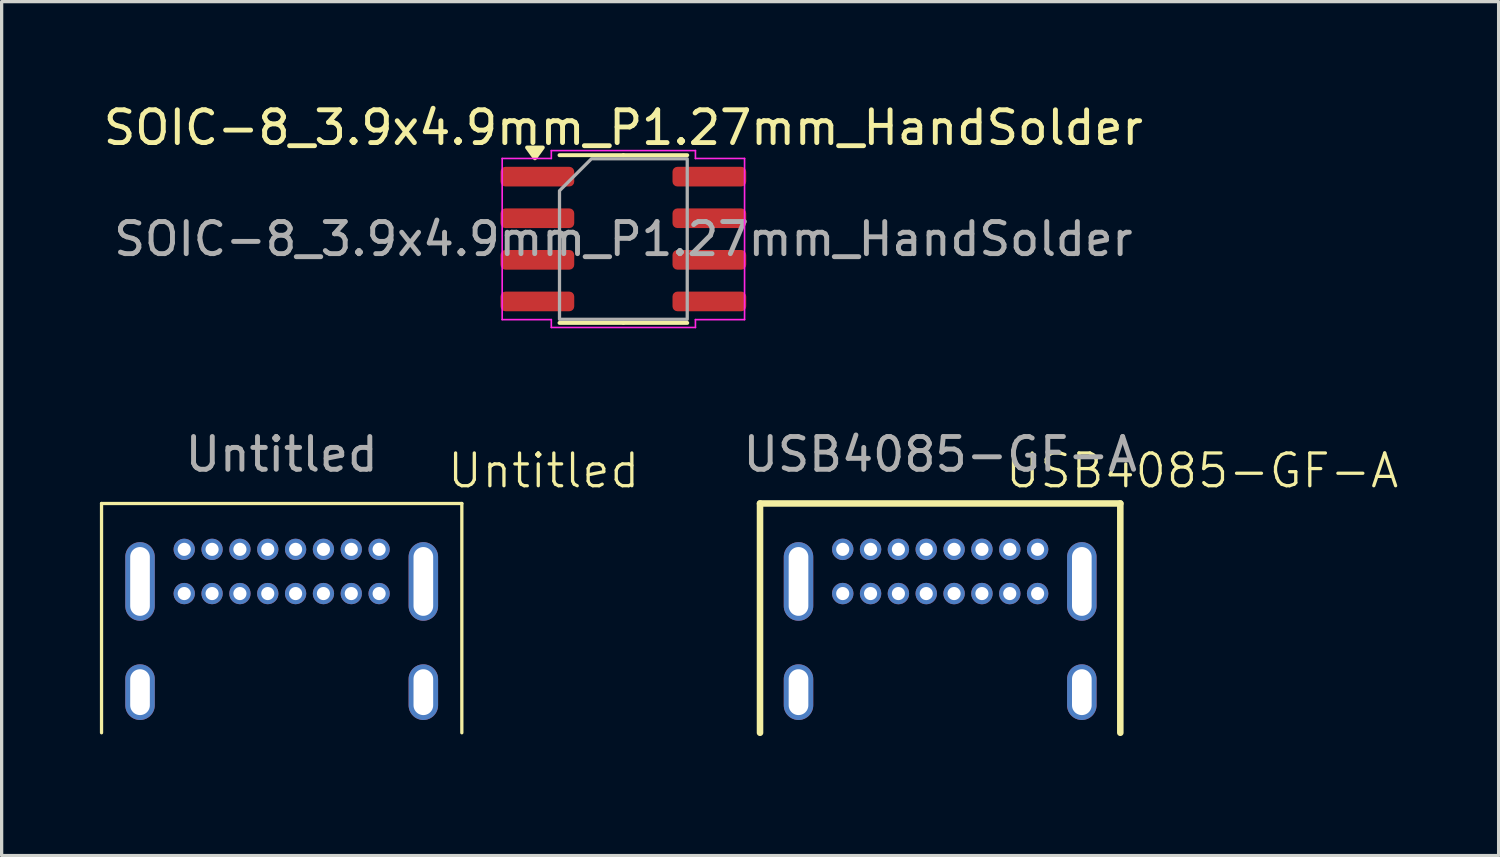
<source format=kicad_pcb>
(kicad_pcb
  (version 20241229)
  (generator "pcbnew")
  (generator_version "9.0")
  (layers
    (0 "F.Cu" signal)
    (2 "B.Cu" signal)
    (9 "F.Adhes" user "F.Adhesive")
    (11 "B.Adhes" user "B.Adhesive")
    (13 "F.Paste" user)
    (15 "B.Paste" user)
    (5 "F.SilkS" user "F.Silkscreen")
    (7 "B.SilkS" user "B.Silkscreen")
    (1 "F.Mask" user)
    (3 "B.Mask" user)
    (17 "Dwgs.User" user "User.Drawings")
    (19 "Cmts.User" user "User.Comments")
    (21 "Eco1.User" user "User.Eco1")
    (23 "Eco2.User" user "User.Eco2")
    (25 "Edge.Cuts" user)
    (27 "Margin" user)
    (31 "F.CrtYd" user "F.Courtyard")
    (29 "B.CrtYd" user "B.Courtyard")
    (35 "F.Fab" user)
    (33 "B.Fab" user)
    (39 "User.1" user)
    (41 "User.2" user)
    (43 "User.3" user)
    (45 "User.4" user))
  (footprint "SOIC-8_3.9x4.9mm_P1.27mm_HandSolder"
    (layer "F.Cu")
    (at 15.982 4.248)
    (property "Reference" "SOIC-8_3.9x4.9mm_P1.27mm_HandSolder" (at 0 -3.4 0) (layer "F.SilkS") (effects (font (size 1 1) (thickness 0.15))))
    (attr smd)
    (fp_line (start 0 -2.56) (end -1.95 -2.56) (stroke (width 0.12) (type solid)) (layer "F.SilkS"))
    (fp_line (start 0 -2.56) (end 1.95 -2.56) (stroke (width 0.12) (type solid)) (layer "F.SilkS"))
    (fp_line (start 0 2.56) (end -1.95 2.56) (stroke (width 0.12) (type solid)) (layer "F.SilkS"))
    (fp_line (start 0 2.56) (end 1.95 2.56) (stroke (width 0.12) (type solid)) (layer "F.SilkS"))
    (fp_poly (pts (xy -2.7 -2.465) (xy -2.94 -2.795) (xy -2.46 -2.795)) (stroke (width 0.12) (type solid)) (fill yes) (layer "F.SilkS"))
    (fp_line (start -3.7 -2.46) (end -2.2 -2.46) (stroke (width 0.05) (type solid)) (layer "F.CrtYd"))
    (fp_line (start -3.7 2.46) (end -3.7 -2.46) (stroke (width 0.05) (type solid)) (layer "F.CrtYd"))
    (fp_line (start -2.2 -2.7) (end 2.2 -2.7) (stroke (width 0.05) (type solid)) (layer "F.CrtYd"))
    (fp_line (start -2.2 -2.46) (end -2.2 -2.7) (stroke (width 0.05) (type solid)) (layer "F.CrtYd"))
    (fp_line (start -2.2 2.46) (end -3.7 2.46) (stroke (width 0.05) (type solid)) (layer "F.CrtYd"))
    (fp_line (start -2.2 2.7) (end -2.2 2.46) (stroke (width 0.05) (type solid)) (layer "F.CrtYd"))
    (fp_line (start 2.2 -2.7) (end 2.2 -2.46) (stroke (width 0.05) (type solid)) (layer "F.CrtYd"))
    (fp_line (start 2.2 -2.46) (end 3.7 -2.46) (stroke (width 0.05) (type solid)) (layer "F.CrtYd"))
    (fp_line (start 2.2 2.46) (end 2.2 2.7) (stroke (width 0.05) (type solid)) (layer "F.CrtYd"))
    (fp_line (start 2.2 2.7) (end -2.2 2.7) (stroke (width 0.05) (type solid)) (layer "F.CrtYd"))
    (fp_line (start 3.7 -2.46) (end 3.7 2.46) (stroke (width 0.05) (type solid)) (layer "F.CrtYd"))
    (fp_line (start 3.7 2.46) (end 2.2 2.46) (stroke (width 0.05) (type solid)) (layer "F.CrtYd"))
    (fp_poly (pts (xy -1.95 -1.475) (xy -1.95 2.45) (xy 1.95 2.45) (xy 1.95 -2.45) (xy -0.975 -2.45)) (stroke (width 0.1) (type solid)) (fill no) (layer "F.Fab"))
    (fp_text user "${REFERENCE}" (at 0 0 0) (layer "F.Fab") (effects (font (size 0.98 0.98) (thickness 0.15))))
    (pad "1" smd roundrect (at -2.625 -1.905) (size 2.25 0.6) (layers "F.Cu" "F.Mask" "F.Paste") (roundrect_rratio 0.25))
    (pad "2" smd roundrect (at -2.625 -0.635) (size 2.25 0.6) (layers "F.Cu" "F.Mask" "F.Paste") (roundrect_rratio 0.25))
    (pad "3" smd roundrect (at -2.625 0.635) (size 2.25 0.6) (layers "F.Cu" "F.Mask" "F.Paste") (roundrect_rratio 0.25))
    (pad "4" smd roundrect (at -2.625 1.905) (size 2.25 0.6) (layers "F.Cu" "F.Mask" "F.Paste") (roundrect_rratio 0.25))
    (pad "5" smd roundrect (at 2.625 1.905) (size 2.25 0.6) (layers "F.Cu" "F.Mask" "F.Paste") (roundrect_rratio 0.25))
    (pad "6" smd roundrect (at 2.625 0.635) (size 2.25 0.6) (layers "F.Cu" "F.Mask" "F.Paste") (roundrect_rratio 0.25))
    (pad "7" smd roundrect (at 2.625 -0.635) (size 2.25 0.6) (layers "F.Cu" "F.Mask" "F.Paste") (roundrect_rratio 0.25))
    (pad "8" smd roundrect (at 2.625 -1.905) (size 2.25 0.6) (layers "F.Cu" "F.Mask" "F.Paste") (roundrect_rratio 0.25)))
  (footprint "USB4085-GF-A"
    (layer "F.Cu")
    (at 25.654 19.822)
    (property "Reference" "USB4085-GF-A" (at 8 -8.5 0) (unlocked yes) (layer "F.SilkS") (effects (font (size 1 1) (thickness 0.1))))
    (attr smd)
    (fp_line (start -5.5 -7.5) (end 5.5 -7.5) (stroke (width 0.2) (type solid)) (layer "F.SilkS"))
    (fp_line (start -5.5 -0.5) (end -5.5 -7.5) (stroke (width 0.2) (type solid)) (layer "F.SilkS"))
    (fp_line (start 5.5 -7.5) (end 5.5 -0.5) (stroke (width 0.2) (type solid)) (layer "F.SilkS"))
    (fp_line (start -0.5 0) (end 0.5 0) (stroke (width 0.5) (type solid)) (layer "User.1"))
    (fp_text user "${REFERENCE}" (at 0 -9 0) (unlocked yes) (layer "F.Fab") (effects (font (size 1 1) (thickness 0.15))))
    (pad "A1" thru_hole circle (at -2.975 -6.1) (size 0.654 0.654) (drill 0.4) (layers "*.Cu" "*.Paste" "*.Mask"))
    (pad "A4" thru_hole circle (at -2.125 -6.1) (size 0.654 0.654) (drill 0.4) (layers "*.Cu" "*.Paste" "*.Mask"))
    (pad "A5" thru_hole circle (at -1.275 -6.1) (size 0.654 0.654) (drill 0.4) (layers "*.Cu" "*.Paste" "*.Mask"))
    (pad "A6" thru_hole circle (at -0.425 -6.1) (size 0.654 0.654) (drill 0.4) (layers "*.Cu" "*.Paste" "*.Mask"))
    (pad "A7" thru_hole circle (at 0.425 -6.1) (size 0.654 0.654) (drill 0.4) (layers "*.Cu" "*.Paste" "*.Mask"))
    (pad "A8" thru_hole circle (at 1.275 -6.1) (size 0.654 0.654) (drill 0.4) (layers "*.Cu" "*.Paste" "*.Mask"))
    (pad "A9" thru_hole circle (at 2.125 -6.1) (size 0.654 0.654) (drill 0.4) (layers "*.Cu" "*.Paste" "*.Mask"))
    (pad "A12" thru_hole circle (at 2.975 -6.1) (size 0.654 0.654) (drill 0.4) (layers "*.Cu" "*.Paste" "*.Mask"))
    (pad "B1" thru_hole circle (at 2.975 -4.75) (size 0.654 0.654) (drill 0.4) (layers "*.Cu" "*.Paste" "*.Mask"))
    (pad "B4" thru_hole circle (at 2.125 -4.75) (size 0.654 0.654) (drill 0.4) (layers "*.Cu" "*.Paste" "*.Mask"))
    (pad "B5" thru_hole circle (at 1.275 -4.75) (size 0.654 0.654) (drill 0.4) (layers "*.Cu" "*.Paste" "*.Mask"))
    (pad "B6" thru_hole circle (at 0.425 -4.75) (size 0.654 0.654) (drill 0.4) (layers "*.Cu" "*.Paste" "*.Mask"))
    (pad "B7" thru_hole circle (at -0.425 -4.75) (size 0.654 0.654) (drill 0.4) (layers "*.Cu" "*.Paste" "*.Mask"))
    (pad "B8" thru_hole circle (at -1.275 -4.75) (size 0.654 0.654) (drill 0.4) (layers "*.Cu" "*.Paste" "*.Mask"))
    (pad "B9" thru_hole circle (at -2.125 -4.75) (size 0.654 0.654) (drill 0.4) (layers "*.Cu" "*.Paste" "*.Mask"))
    (pad "B12" thru_hole circle (at -2.975 -4.75) (size 0.654 0.654) (drill 0.4) (layers "*.Cu" "*.Paste" "*.Mask"))
    (pad "SH1" thru_hole oval (at -4.325 -5.12) (size 0.9 2.4) (drill oval 0.6 2.1) (layers "*.Cu" "*.Paste" "*.Mask"))
    (pad "SH2" thru_hole oval (at 4.325 -5.12) (size 0.9 2.4) (drill oval 0.6 2.1) (layers "*.Cu" "*.Paste" "*.Mask"))
    (pad "SH3" thru_hole oval (at -4.325 -1.74) (size 0.9 1.7) (drill oval 0.6 1.4) (layers "*.Cu" "*.Paste" "*.Mask"))
    (pad "SH4" thru_hole oval (at 4.325 -1.74) (size 0.9 1.7) (drill oval 0.6 1.4) (layers "*.Cu" "*.Paste" "*.Mask")))
  (footprint "Untitled"
    (layer "F.Cu")
    (at 5.55 19.822)
    (property "Reference" "Untitled" (at 8 -8.5 0) (unlocked yes) (layer "F.SilkS") (effects (font (size 1 1) (thickness 0.1))))
    (attr smd)
    (fp_line (start -5.5 -7.5) (end 5.5 -7.5) (stroke (width 0.1) (type default)) (layer "F.SilkS"))
    (fp_line (start -5.5 -0.5) (end -5.5 -7.5) (stroke (width 0.1) (type default)) (layer "F.SilkS"))
    (fp_line (start 5.5 -7.5) (end 5.5 -0.5) (stroke (width 0.1) (type default)) (layer "F.SilkS"))
    (fp_line (start -0.5 0) (end 0.5 0) (stroke (width 0.5) (type solid)) (layer "User.1"))
    (fp_text user "${REFERENCE}" (at 0 -9 0) (unlocked yes) (layer "F.Fab") (effects (font (size 1 1) (thickness 0.15))))
    (pad "A1" thru_hole circle (at -2.975 -6.1) (size 0.65 0.65) (drill 0.4) (layers "*.Cu" "*.Paste" "*.Mask"))
    (pad "A4" thru_hole circle (at -2.125 -6.1) (size 0.65 0.65) (drill 0.4) (layers "*.Cu" "*.Paste" "*.Mask"))
    (pad "A5" thru_hole circle (at -1.275 -6.1) (size 0.65 0.65) (drill 0.4) (layers "*.Cu" "*.Paste" "*.Mask"))
    (pad "A6" thru_hole circle (at -0.425 -6.1) (size 0.65 0.65) (drill 0.4) (layers "*.Cu" "*.Paste" "*.Mask"))
    (pad "A7" thru_hole circle (at 0.425 -6.1) (size 0.65 0.65) (drill 0.4) (layers "*.Cu" "*.Paste" "*.Mask"))
    (pad "A8" thru_hole circle (at 1.275 -6.1) (size 0.65 0.65) (drill 0.4) (layers "*.Cu" "*.Paste" "*.Mask"))
    (pad "A9" thru_hole circle (at 2.125 -6.1) (size 0.65 0.65) (drill 0.4) (layers "*.Cu" "*.Paste" "*.Mask"))
    (pad "A12" thru_hole circle (at 2.975 -6.1) (size 0.65 0.65) (drill 0.4) (layers "*.Cu" "*.Paste" "*.Mask"))
    (pad "B1" thru_hole circle (at 2.975 -4.75) (size 0.65 0.65) (drill 0.4) (layers "*.Cu" "*.Paste" "*.Mask"))
    (pad "B4" thru_hole circle (at 2.125 -4.75) (size 0.65 0.65) (drill 0.4) (layers "*.Cu" "*.Paste" "*.Mask"))
    (pad "B5" thru_hole circle (at 1.275 -4.75) (size 0.65 0.65) (drill 0.4) (layers "*.Cu" "*.Paste" "*.Mask"))
    (pad "B6" thru_hole circle (at 0.425 -4.75) (size 0.65 0.65) (drill 0.4) (layers "*.Cu" "*.Paste" "*.Mask"))
    (pad "B7" thru_hole circle (at -0.425 -4.75) (size 0.65 0.65) (drill 0.4) (layers "*.Cu" "*.Paste" "*.Mask"))
    (pad "B8" thru_hole circle (at -1.275 -4.75) (size 0.65 0.65) (drill 0.4) (layers "*.Cu" "*.Paste" "*.Mask"))
    (pad "B9" thru_hole circle (at -2.125 -4.75) (size 0.65 0.65) (drill 0.4) (layers "*.Cu" "*.Paste" "*.Mask"))
    (pad "B12" thru_hole circle (at -2.975 -4.75) (size 0.65 0.65) (drill 0.4) (layers "*.Cu" "*.Paste" "*.Mask"))
    (pad "SH1" thru_hole oval (at -4.325 -5.12) (size 0.9 2.4) (drill oval 0.6 2.1) (layers "*.Cu" "*.Paste" "*.Mask"))
    (pad "SH2" thru_hole oval (at 4.325 -5.12) (size 0.9 2.4) (drill oval 0.6 2.1) (layers "*.Cu" "*.Paste" "*.Mask"))
    (pad "SH3" thru_hole oval (at -4.325 -1.74) (size 0.9 1.7) (drill oval 0.6 1.4) (layers "*.Cu" "*.Paste" "*.Mask"))
    (pad "SH4" thru_hole oval (at 4.325 -1.74) (size 0.9 1.7) (drill oval 0.6 1.4) (layers "*.Cu" "*.Paste" "*.Mask")))
  (gr_rect
    (start -3 -3)
    (end 42.704 23.072)
    (stroke (width 0.1) (type default))
    (fill no)
    (layer "Edge.Cuts")))
</source>
